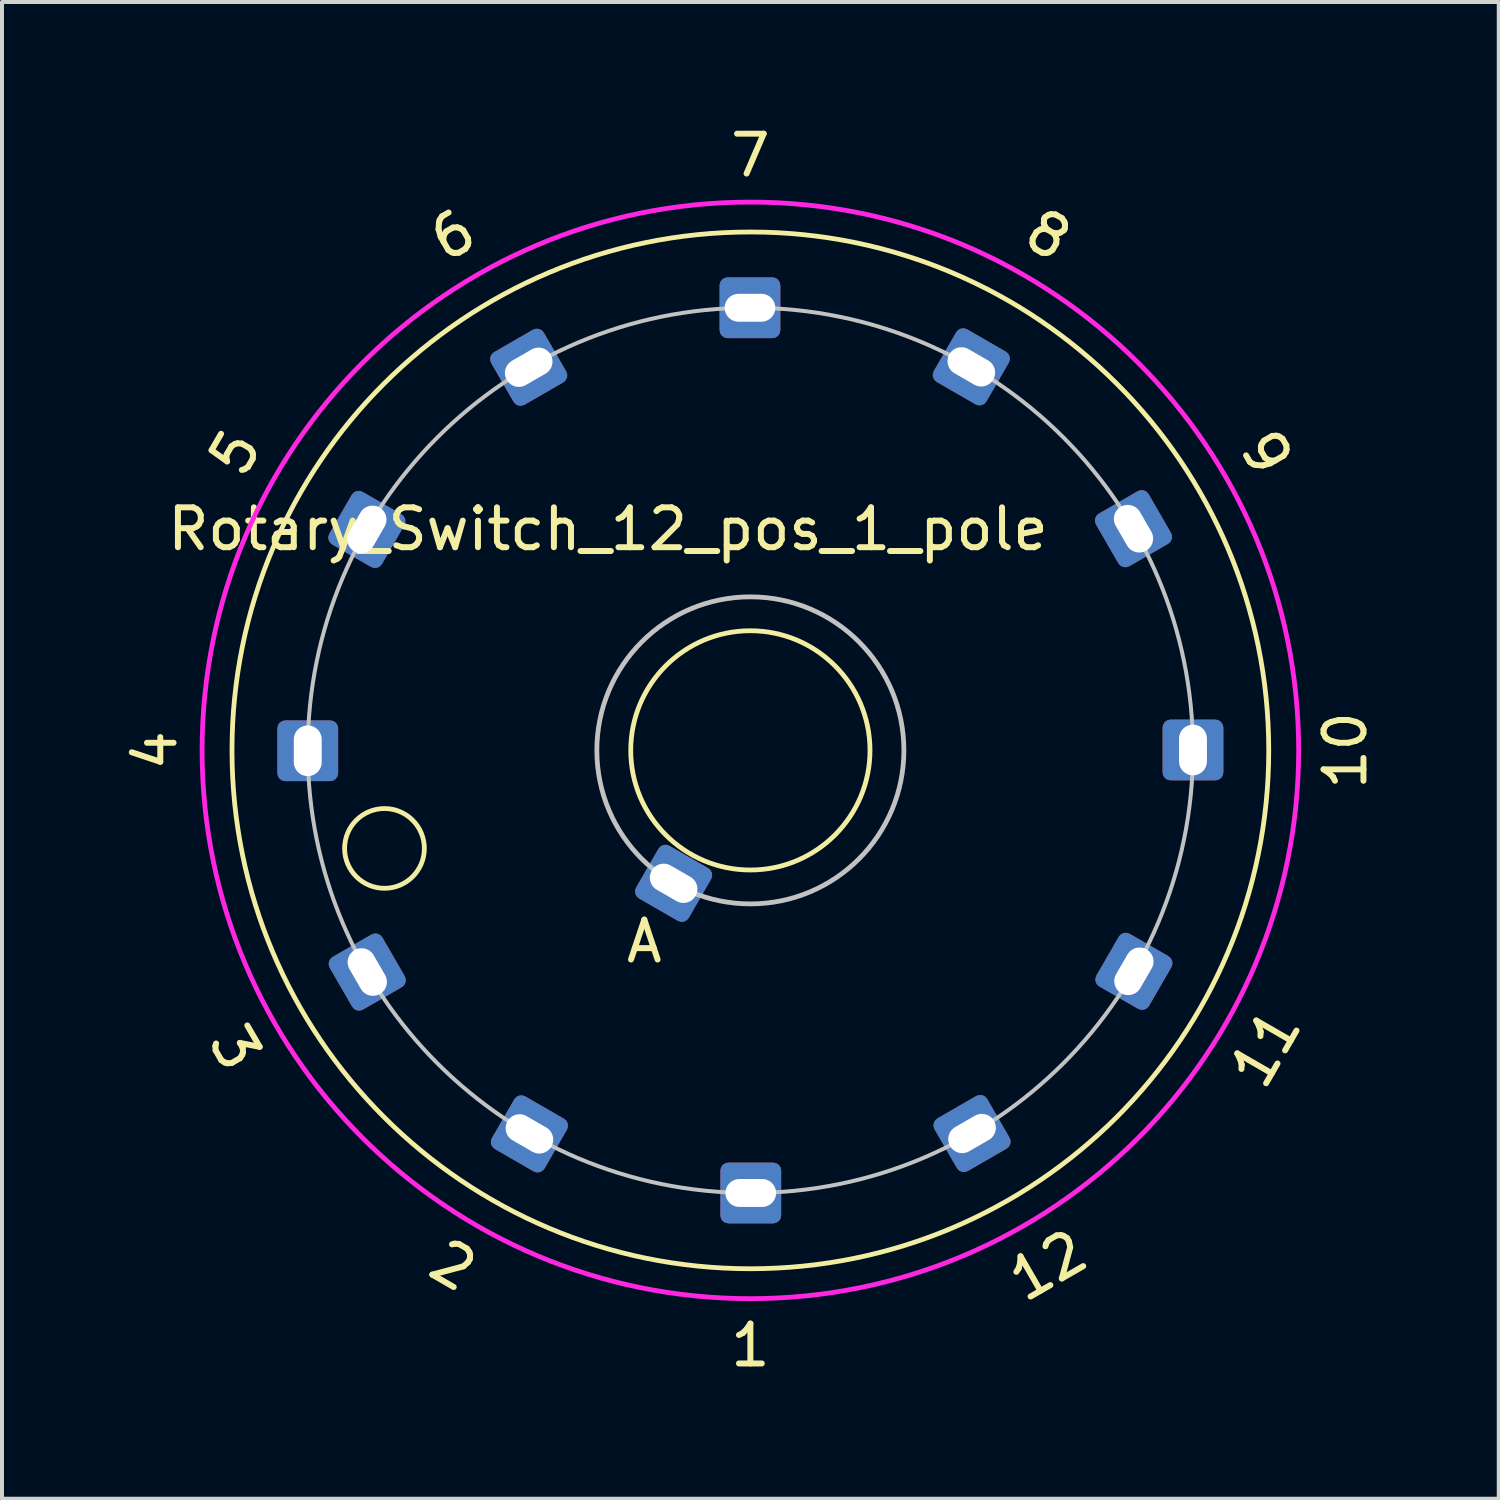
<source format=kicad_pcb>
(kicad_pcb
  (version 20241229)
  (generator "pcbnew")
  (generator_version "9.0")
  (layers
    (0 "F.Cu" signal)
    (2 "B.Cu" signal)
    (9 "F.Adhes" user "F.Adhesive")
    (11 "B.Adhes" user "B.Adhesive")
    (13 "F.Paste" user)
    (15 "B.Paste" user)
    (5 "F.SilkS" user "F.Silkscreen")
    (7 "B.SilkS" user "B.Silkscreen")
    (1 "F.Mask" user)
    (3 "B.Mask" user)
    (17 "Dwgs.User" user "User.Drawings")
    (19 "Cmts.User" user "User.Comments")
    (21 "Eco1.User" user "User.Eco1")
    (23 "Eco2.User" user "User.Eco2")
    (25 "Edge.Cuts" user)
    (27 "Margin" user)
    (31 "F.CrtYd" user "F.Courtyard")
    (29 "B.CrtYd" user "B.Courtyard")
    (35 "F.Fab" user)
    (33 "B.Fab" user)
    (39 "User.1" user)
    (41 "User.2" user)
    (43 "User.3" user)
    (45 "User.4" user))
  (footprint "Rotary_Switch_12_pos_1_pole"
    (layer "F.Cu")
    (at 15.768 15.768)
    (property "Reference" "Rotary_Switch_12_pos_1_pole" (at -3.57 -5.55 0) (layer "F.SilkS") (effects (font (size 1 1) (thickness 0.15))))
    (attr through_hole)
    (fp_circle (center -9.176 2.459) (end -8.176 2.459) (stroke (width 0.12) (type solid)) (fill no) (layer "F.SilkS"))
    (fp_circle (center 0 0) (end 3 0) (stroke (width 0.12) (type solid)) (fill no) (layer "F.SilkS"))
    (fp_circle (center 0 0) (end 13 0) (stroke (width 0.12) (type solid)) (fill no) (layer "F.SilkS"))
    (fp_circle (center 0 0) (end -0.02 3.85) (stroke (width 0.12) (type solid)) (fill no) (layer "Dwgs.User"))
    (fp_circle (center 0 0) (end 11.1 0) (stroke (width 0.1) (type solid)) (fill no) (layer "Dwgs.User"))
    (fp_circle (center 0 0) (end 13.75 0) (stroke (width 0.12) (type solid)) (fill no) (layer "F.CrtYd"))
    (fp_text user "8" (at 7.46 -12.921 150) (layer "F.SilkS") (effects (font (size 1 1) (thickness 0.15))))
    (fp_text user "11" (at 12.921 7.46 60) (layer "F.SilkS") (effects (font (size 1 1) (thickness 0.15))))
    (fp_text user "A" (at -2.66 4.79 0) (layer "F.SilkS") (effects (font (size 1 1) (thickness 0.15))))
    (fp_text user "5" (at -12.921 -7.46 240) (layer "F.SilkS") (effects (font (size 1 1) (thickness 0.15))))
    (fp_text user "2" (at -7.46 12.921 330) (layer "F.SilkS") (effects (font (size 1 1) (thickness 0.15))))
    (fp_text user "1" (at 0 14.92 0) (layer "F.SilkS") (effects (font (size 1 1) (thickness 0.15))))
    (fp_text user "12" (at 7.46 12.921 30) (layer "F.SilkS") (effects (font (size 1 1) (thickness 0.15))))
    (fp_text user "7" (at 0 -14.92 180) (layer "F.SilkS") (effects (font (size 1 1) (thickness 0.15))))
    (fp_text user "6" (at -7.46 -12.921 210) (layer "F.SilkS") (effects (font (size 1 1) (thickness 0.15))))
    (fp_text user "10" (at 14.92 0 90) (layer "F.SilkS") (effects (font (size 1 1) (thickness 0.15))))
    (fp_text user "3" (at -12.921 7.46 300) (layer "F.SilkS") (effects (font (size 1 1) (thickness 0.15))))
    (fp_text user "9" (at 12.921 -7.46 120) (layer "F.SilkS") (effects (font (size 1 1) (thickness 0.15))))
    (fp_text user "4" (at -14.92 0 270) (layer "F.SilkS") (effects (font (size 1 1) (thickness 0.15))))
    (pad "1" thru_hole roundrect (at 0.01 11.1) (size 1.524 1.524) (drill oval 1.27 0.7) (layers "*.Cu" "*.Mask") (roundrect_rratio 0.131))
    (pad "2" thru_hole roundrect (at -5.541 9.618 330) (size 1.524 1.524) (drill oval 1.27 0.7) (layers "*.Cu" "*.Mask") (roundrect_rratio 0.131))
    (pad "3" thru_hole roundrect (at -9.608 5.559 300) (size 1.524 1.524) (drill oval 1.27 0.7) (layers "*.Cu" "*.Mask") (roundrect_rratio 0.131))
    (pad "4" thru_hole roundrect (at -11.1 0.01 270) (size 1.524 1.524) (drill oval 1.27 0.7) (layers "*.Cu" "*.Mask") (roundrect_rratio 0.131))
    (pad "5" thru_hole roundrect (at -9.618 -5.541 240) (size 1.524 1.524) (drill oval 1.27 0.7) (layers "*.Cu" "*.Mask") (roundrect_rratio 0.131))
    (pad "6" thru_hole roundrect (at -5.559 -9.608 210) (size 1.524 1.524) (drill oval 1.27 0.7) (layers "*.Cu" "*.Mask") (roundrect_rratio 0.131))
    (pad "7" thru_hole roundrect (at -0.01 -11.1 180) (size 1.524 1.524) (drill oval 1.27 0.7) (layers "*.Cu" "*.Mask") (roundrect_rratio 0.131))
    (pad "8" thru_hole roundrect (at 5.541 -9.618 150) (size 1.524 1.524) (drill oval 1.27 0.7) (layers "*.Cu" "*.Mask") (roundrect_rratio 0.131))
    (pad "9" thru_hole roundrect (at 9.608 -5.559 120) (size 1.524 1.524) (drill oval 1.27 0.7) (layers "*.Cu" "*.Mask") (roundrect_rratio 0.131))
    (pad "10" thru_hole roundrect (at 11.1 -0.01 90) (size 1.524 1.524) (drill oval 1.27 0.7) (layers "*.Cu" "*.Mask") (roundrect_rratio 0.131))
    (pad "11" thru_hole roundrect (at 9.618 5.541 60) (size 1.524 1.524) (drill oval 1.27 0.7) (layers "*.Cu" "*.Mask") (roundrect_rratio 0.131))
    (pad "12" thru_hole roundrect (at 5.559 9.608 30) (size 1.524 1.524) (drill oval 1.27 0.7) (layers "*.Cu" "*.Mask") (roundrect_rratio 0.131))
    (pad "13" thru_hole roundrect (at -1.925 3.334 330) (size 1.524 1.524) (drill oval 1.27 0.7) (layers "*.Cu" "*.Mask") (roundrect_rratio 0.131)))
  (gr_rect
    (start -3 -3)
    (end 34.536 34.536)
    (stroke (width 0.1) (type default))
    (fill no)
    (layer "Edge.Cuts")))
</source>
